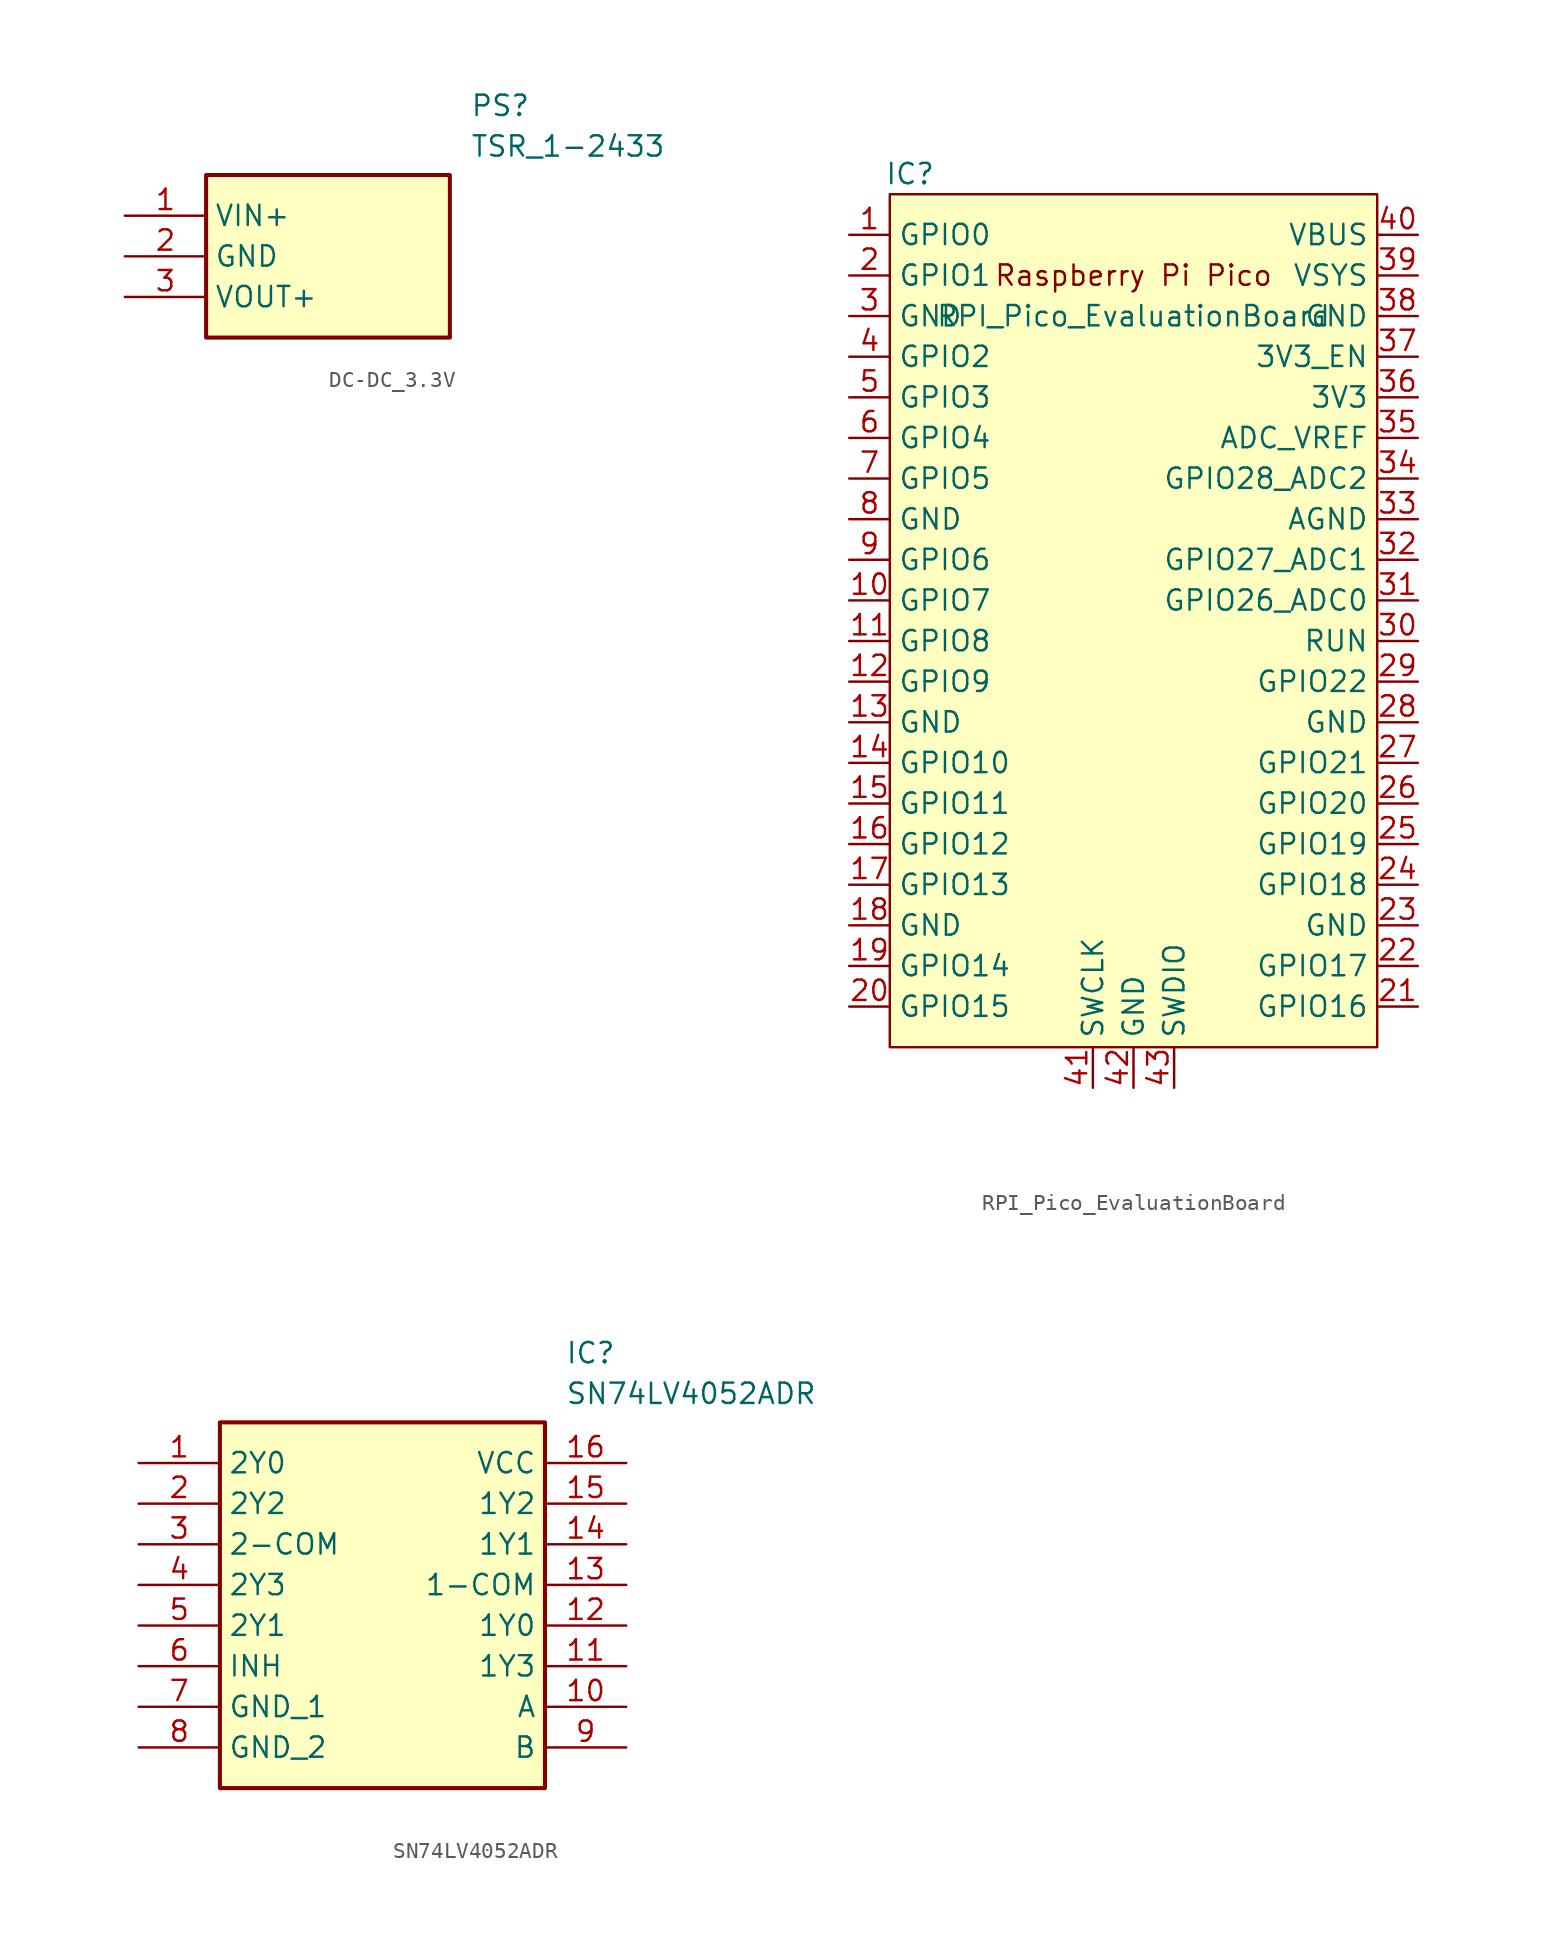
<source format=kicad_sym>
(kicad_symbol_lib
  (version 20220914)
  (generator kicad_symbol_editor)
  (symbol "DC-DC_3.3V"
    (property "Reference" "PS"
      (at 21.59 7.62 0)
      (effects (font (size 1.27 1.27)) (justify left top)))
    (property "Value" "TSR_1-2433"
      (at 21.59 5.08 0)
      (effects (font (size 1.27 1.27)) (justify left top)))
    (symbol "DC-DC_3.3V_1_1"
      (rectangle (start 5.08 2.54) (end 20.32 -7.62) (stroke (width 0.254) (type default)) (fill (type background)))
      (pin input line (at 0 0 0) (length 5.08) (name "VIN+" (effects (font (size 1.27 1.27)))) (number "1" (effects (font (size 1.27 1.27)))))
      (pin power_in line (at 0 -2.54 0) (length 5.08) (name "GND" (effects (font (size 1.27 1.27)))) (number "2" (effects (font (size 1.27 1.27)))))
      (pin output line (at 0 -5.08 0) (length 5.08) (name "VOUT+" (effects (font (size 1.27 1.27)))) (number "3" (effects (font (size 1.27 1.27)))))))
  (symbol "RPI_Pico_EvaluationBoard"
    (property "Reference" "IC"
      (at -13.97 27.94 0)
      (effects (font (size 1.27 1.27))))
    (property "Value" "RPI_Pico_EvaluationBoard"
      (at 0 19.05 0)
      (effects (font (size 1.27 1.27))))
    (symbol "RPI_Pico_EvaluationBoard_0_0"
      (text "Raspberry Pi Pico" (at 0 21.59 0) (effects (font (size 1.27 1.27)))))
    (symbol "RPI_Pico_EvaluationBoard_0_1"
      (rectangle (start -15.24 26.67) (end 15.24 -26.67) (stroke (width 0) (type default)) (fill (type background))))
    (symbol "RPI_Pico_EvaluationBoard_1_1"
      (pin bidirectional line (at -17.78 24.13 0) (length 2.54) (name "GPIO0" (effects (font (size 1.27 1.27)))) (number "1" (effects (font (size 1.27 1.27)))))
      (pin bidirectional line (at -17.78 1.27 0) (length 2.54) (name "GPIO7" (effects (font (size 1.27 1.27)))) (number "10" (effects (font (size 1.27 1.27)))))
      (pin bidirectional line (at -17.78 -1.27 0) (length 2.54) (name "GPIO8" (effects (font (size 1.27 1.27)))) (number "11" (effects (font (size 1.27 1.27)))))
      (pin bidirectional line (at -17.78 -3.81 0) (length 2.54) (name "GPIO9" (effects (font (size 1.27 1.27)))) (number "12" (effects (font (size 1.27 1.27)))))
      (pin power_in line (at -17.78 -6.35 0) (length 2.54) (name "GND" (effects (font (size 1.27 1.27)))) (number "13" (effects (font (size 1.27 1.27)))))
      (pin bidirectional line (at -17.78 -8.89 0) (length 2.54) (name "GPIO10" (effects (font (size 1.27 1.27)))) (number "14" (effects (font (size 1.27 1.27)))))
      (pin bidirectional line (at -17.78 -11.43 0) (length 2.54) (name "GPIO11" (effects (font (size 1.27 1.27)))) (number "15" (effects (font (size 1.27 1.27)))))
      (pin bidirectional line (at -17.78 -13.97 0) (length 2.54) (name "GPIO12" (effects (font (size 1.27 1.27)))) (number "16" (effects (font (size 1.27 1.27)))))
      (pin bidirectional line (at -17.78 -16.51 0) (length 2.54) (name "GPIO13" (effects (font (size 1.27 1.27)))) (number "17" (effects (font (size 1.27 1.27)))))
      (pin power_in line (at -17.78 -19.05 0) (length 2.54) (name "GND" (effects (font (size 1.27 1.27)))) (number "18" (effects (font (size 1.27 1.27)))))
      (pin bidirectional line (at -17.78 -21.59 0) (length 2.54) (name "GPIO14" (effects (font (size 1.27 1.27)))) (number "19" (effects (font (size 1.27 1.27)))))
      (pin bidirectional line (at -17.78 21.59 0) (length 2.54) (name "GPIO1" (effects (font (size 1.27 1.27)))) (number "2" (effects (font (size 1.27 1.27)))))
      (pin bidirectional line (at -17.78 -24.13 0) (length 2.54) (name "GPIO15" (effects (font (size 1.27 1.27)))) (number "20" (effects (font (size 1.27 1.27)))))
      (pin bidirectional line (at 17.78 -24.13 180) (length 2.54) (name "GPIO16" (effects (font (size 1.27 1.27)))) (number "21" (effects (font (size 1.27 1.27)))))
      (pin bidirectional line (at 17.78 -21.59 180) (length 2.54) (name "GPIO17" (effects (font (size 1.27 1.27)))) (number "22" (effects (font (size 1.27 1.27)))))
      (pin power_in line (at 17.78 -19.05 180) (length 2.54) (name "GND" (effects (font (size 1.27 1.27)))) (number "23" (effects (font (size 1.27 1.27)))))
      (pin bidirectional line (at 17.78 -16.51 180) (length 2.54) (name "GPIO18" (effects (font (size 1.27 1.27)))) (number "24" (effects (font (size 1.27 1.27)))))
      (pin bidirectional line (at 17.78 -13.97 180) (length 2.54) (name "GPIO19" (effects (font (size 1.27 1.27)))) (number "25" (effects (font (size 1.27 1.27)))))
      (pin bidirectional line (at 17.78 -11.43 180) (length 2.54) (name "GPIO20" (effects (font (size 1.27 1.27)))) (number "26" (effects (font (size 1.27 1.27)))))
      (pin bidirectional line (at 17.78 -8.89 180) (length 2.54) (name "GPIO21" (effects (font (size 1.27 1.27)))) (number "27" (effects (font (size 1.27 1.27)))))
      (pin power_in line (at 17.78 -6.35 180) (length 2.54) (name "GND" (effects (font (size 1.27 1.27)))) (number "28" (effects (font (size 1.27 1.27)))))
      (pin bidirectional line (at 17.78 -3.81 180) (length 2.54) (name "GPIO22" (effects (font (size 1.27 1.27)))) (number "29" (effects (font (size 1.27 1.27)))))
      (pin power_in line (at -17.78 19.05 0) (length 2.54) (name "GND" (effects (font (size 1.27 1.27)))) (number "3" (effects (font (size 1.27 1.27)))))
      (pin input line (at 17.78 -1.27 180) (length 2.54) (name "RUN" (effects (font (size 1.27 1.27)))) (number "30" (effects (font (size 1.27 1.27)))))
      (pin bidirectional line (at 17.78 1.27 180) (length 2.54) (name "GPIO26_ADC0" (effects (font (size 1.27 1.27)))) (number "31" (effects (font (size 1.27 1.27)))))
      (pin bidirectional line (at 17.78 3.81 180) (length 2.54) (name "GPIO27_ADC1" (effects (font (size 1.27 1.27)))) (number "32" (effects (font (size 1.27 1.27)))))
      (pin power_in line (at 17.78 6.35 180) (length 2.54) (name "AGND" (effects (font (size 1.27 1.27)))) (number "33" (effects (font (size 1.27 1.27)))))
      (pin bidirectional line (at 17.78 8.89 180) (length 2.54) (name "GPIO28_ADC2" (effects (font (size 1.27 1.27)))) (number "34" (effects (font (size 1.27 1.27)))))
      (pin power_in line (at 17.78 11.43 180) (length 2.54) (name "ADC_VREF" (effects (font (size 1.27 1.27)))) (number "35" (effects (font (size 1.27 1.27)))))
      (pin power_in line (at 17.78 13.97 180) (length 2.54) (name "3V3" (effects (font (size 1.27 1.27)))) (number "36" (effects (font (size 1.27 1.27)))))
      (pin input line (at 17.78 16.51 180) (length 2.54) (name "3V3_EN" (effects (font (size 1.27 1.27)))) (number "37" (effects (font (size 1.27 1.27)))))
      (pin bidirectional line (at 17.78 19.05 180) (length 2.54) (name "GND" (effects (font (size 1.27 1.27)))) (number "38" (effects (font (size 1.27 1.27)))))
      (pin power_in line (at 17.78 21.59 180) (length 2.54) (name "VSYS" (effects (font (size 1.27 1.27)))) (number "39" (effects (font (size 1.27 1.27)))))
      (pin bidirectional line (at -17.78 16.51 0) (length 2.54) (name "GPIO2" (effects (font (size 1.27 1.27)))) (number "4" (effects (font (size 1.27 1.27)))))
      (pin power_in line (at 17.78 24.13 180) (length 2.54) (name "VBUS" (effects (font (size 1.27 1.27)))) (number "40" (effects (font (size 1.27 1.27)))))
      (pin input line (at -2.54 -29.21 90) (length 2.54) (name "SWCLK" (effects (font (size 1.27 1.27)))) (number "41" (effects (font (size 1.27 1.27)))))
      (pin power_in line (at 0 -29.21 90) (length 2.54) (name "GND" (effects (font (size 1.27 1.27)))) (number "42" (effects (font (size 1.27 1.27)))))
      (pin bidirectional line (at 2.54 -29.21 90) (length 2.54) (name "SWDIO" (effects (font (size 1.27 1.27)))) (number "43" (effects (font (size 1.27 1.27)))))
      (pin bidirectional line (at -17.78 13.97 0) (length 2.54) (name "GPIO3" (effects (font (size 1.27 1.27)))) (number "5" (effects (font (size 1.27 1.27)))))
      (pin bidirectional line (at -17.78 11.43 0) (length 2.54) (name "GPIO4" (effects (font (size 1.27 1.27)))) (number "6" (effects (font (size 1.27 1.27)))))
      (pin bidirectional line (at -17.78 8.89 0) (length 2.54) (name "GPIO5" (effects (font (size 1.27 1.27)))) (number "7" (effects (font (size 1.27 1.27)))))
      (pin power_in line (at -17.78 6.35 0) (length 2.54) (name "GND" (effects (font (size 1.27 1.27)))) (number "8" (effects (font (size 1.27 1.27)))))
      (pin bidirectional line (at -17.78 3.81 0) (length 2.54) (name "GPIO6" (effects (font (size 1.27 1.27)))) (number "9" (effects (font (size 1.27 1.27)))))))
  (symbol "SN74LV4052ADR"
    (property "Reference" "IC"
      (at 26.67 7.62 0)
      (effects (font (size 1.27 1.27)) (justify left top)))
    (property "Value" "SN74LV4052ADR"
      (at 26.67 5.08 0)
      (effects (font (size 1.27 1.27)) (justify left top)))
    (symbol "SN74LV4052ADR_1_1"
      (rectangle (start 5.08 2.54) (end 25.4 -20.32) (stroke (width 0.254) (type default)) (fill (type background)))
      (pin passive line (at 0 0 0) (length 5.08) (name "2Y0" (effects (font (size 1.27 1.27)))) (number "1" (effects (font (size 1.27 1.27)))))
      (pin passive line (at 30.48 -15.24 180) (length 5.08) (name "A" (effects (font (size 1.27 1.27)))) (number "10" (effects (font (size 1.27 1.27)))))
      (pin passive line (at 30.48 -12.7 180) (length 5.08) (name "1Y3" (effects (font (size 1.27 1.27)))) (number "11" (effects (font (size 1.27 1.27)))))
      (pin passive line (at 30.48 -10.16 180) (length 5.08) (name "1Y0" (effects (font (size 1.27 1.27)))) (number "12" (effects (font (size 1.27 1.27)))))
      (pin passive line (at 30.48 -7.62 180) (length 5.08) (name "1-COM" (effects (font (size 1.27 1.27)))) (number "13" (effects (font (size 1.27 1.27)))))
      (pin passive line (at 30.48 -5.08 180) (length 5.08) (name "1Y1" (effects (font (size 1.27 1.27)))) (number "14" (effects (font (size 1.27 1.27)))))
      (pin passive line (at 30.48 -2.54 180) (length 5.08) (name "1Y2" (effects (font (size 1.27 1.27)))) (number "15" (effects (font (size 1.27 1.27)))))
      (pin passive line (at 30.48 0 180) (length 5.08) (name "VCC" (effects (font (size 1.27 1.27)))) (number "16" (effects (font (size 1.27 1.27)))))
      (pin passive line (at 0 -2.54 0) (length 5.08) (name "2Y2" (effects (font (size 1.27 1.27)))) (number "2" (effects (font (size 1.27 1.27)))))
      (pin passive line (at 0 -5.08 0) (length 5.08) (name "2-COM" (effects (font (size 1.27 1.27)))) (number "3" (effects (font (size 1.27 1.27)))))
      (pin passive line (at 0 -7.62 0) (length 5.08) (name "2Y3" (effects (font (size 1.27 1.27)))) (number "4" (effects (font (size 1.27 1.27)))))
      (pin passive line (at 0 -10.16 0) (length 5.08) (name "2Y1" (effects (font (size 1.27 1.27)))) (number "5" (effects (font (size 1.27 1.27)))))
      (pin passive line (at 0 -12.7 0) (length 5.08) (name "INH" (effects (font (size 1.27 1.27)))) (number "6" (effects (font (size 1.27 1.27)))))
      (pin passive line (at 0 -15.24 0) (length 5.08) (name "GND_1" (effects (font (size 1.27 1.27)))) (number "7" (effects (font (size 1.27 1.27)))))
      (pin passive line (at 0 -17.78 0) (length 5.08) (name "GND_2" (effects (font (size 1.27 1.27)))) (number "8" (effects (font (size 1.27 1.27)))))
      (pin passive line (at 30.48 -17.78 180) (length 5.08) (name "B" (effects (font (size 1.27 1.27)))) (number "9" (effects (font (size 1.27 1.27))))))))
</source>
